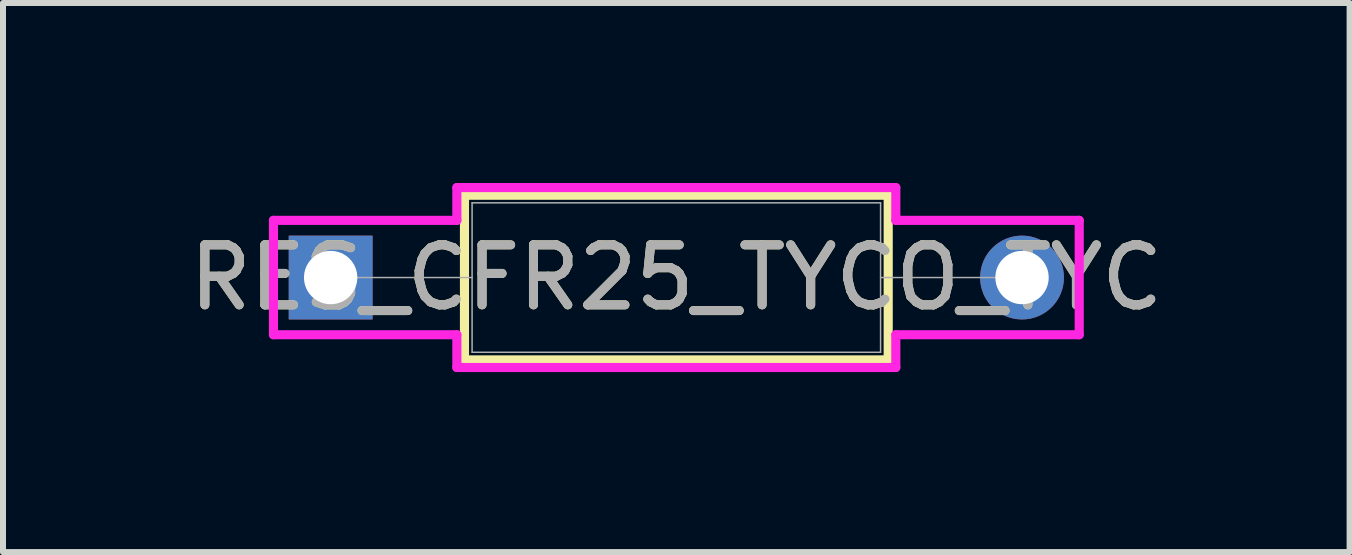
<source format=kicad_pcb>
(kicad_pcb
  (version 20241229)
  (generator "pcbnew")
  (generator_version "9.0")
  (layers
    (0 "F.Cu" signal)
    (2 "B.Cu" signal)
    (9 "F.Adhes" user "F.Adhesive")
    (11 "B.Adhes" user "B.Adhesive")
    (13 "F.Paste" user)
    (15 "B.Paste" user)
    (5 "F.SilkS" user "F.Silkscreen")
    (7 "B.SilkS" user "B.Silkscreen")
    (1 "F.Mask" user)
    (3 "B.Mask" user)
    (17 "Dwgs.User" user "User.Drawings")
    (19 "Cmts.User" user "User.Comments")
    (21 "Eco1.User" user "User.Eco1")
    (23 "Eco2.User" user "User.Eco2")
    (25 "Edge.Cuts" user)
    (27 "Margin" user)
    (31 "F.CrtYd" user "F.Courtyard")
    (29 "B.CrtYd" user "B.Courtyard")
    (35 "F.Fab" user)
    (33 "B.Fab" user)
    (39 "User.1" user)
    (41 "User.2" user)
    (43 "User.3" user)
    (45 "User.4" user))
  (footprint "RES_CFR25_TYCO_TYC"
    (layer "F.Cu")
    (at 2.46 1.575)
    (property "Reference" "RES_CFR25_TYCO_TYC" (at 5.761 0 0) (unlocked yes) (layer "F.SilkS") (effects (font (size 1 1) (thickness 0.15))))
    (attr through_hole)
    (fp_line (start 2.23 -1.372) (end 2.23 1.372) (stroke (width 0.152) (type solid)) (layer "F.SilkS"))
    (fp_line (start 2.23 1.372) (end 9.291 1.372) (stroke (width 0.152) (type solid)) (layer "F.SilkS"))
    (fp_line (start 9.291 -1.372) (end 2.23 -1.372) (stroke (width 0.152) (type solid)) (layer "F.SilkS"))
    (fp_line (start 9.291 1.372) (end 9.291 -1.372) (stroke (width 0.152) (type solid)) (layer "F.SilkS"))
    (fp_line (start -0.953 -0.953) (end 2.103 -0.953) (stroke (width 0.152) (type solid)) (layer "F.CrtYd"))
    (fp_line (start -0.953 0.953) (end -0.953 -0.953) (stroke (width 0.152) (type solid)) (layer "F.CrtYd"))
    (fp_line (start 2.103 -1.499) (end 9.418 -1.499) (stroke (width 0.152) (type solid)) (layer "F.CrtYd"))
    (fp_line (start 2.103 -0.953) (end 2.103 -1.499) (stroke (width 0.152) (type solid)) (layer "F.CrtYd"))
    (fp_line (start 2.103 0.953) (end -0.953 0.953) (stroke (width 0.152) (type solid)) (layer "F.CrtYd"))
    (fp_line (start 2.103 1.499) (end 2.103 0.953) (stroke (width 0.152) (type solid)) (layer "F.CrtYd"))
    (fp_line (start 9.418 -1.499) (end 9.418 -0.953) (stroke (width 0.152) (type solid)) (layer "F.CrtYd"))
    (fp_line (start 9.418 -0.953) (end 12.474 -0.953) (stroke (width 0.152) (type solid)) (layer "F.CrtYd"))
    (fp_line (start 9.418 0.953) (end 9.418 1.499) (stroke (width 0.152) (type solid)) (layer "F.CrtYd"))
    (fp_line (start 9.418 1.499) (end 2.103 1.499) (stroke (width 0.152) (type solid)) (layer "F.CrtYd"))
    (fp_line (start 12.474 -0.953) (end 12.474 0.953) (stroke (width 0.152) (type solid)) (layer "F.CrtYd"))
    (fp_line (start 12.474 0.953) (end 9.418 0.953) (stroke (width 0.152) (type solid)) (layer "F.CrtYd"))
    (fp_line (start 0 0) (end 2.357 0) (stroke (width 0.025) (type solid)) (layer "F.Fab"))
    (fp_line (start 2.357 -1.245) (end 2.357 1.245) (stroke (width 0.025) (type solid)) (layer "F.Fab"))
    (fp_line (start 2.357 1.245) (end 9.164 1.245) (stroke (width 0.025) (type solid)) (layer "F.Fab"))
    (fp_line (start 9.164 -1.245) (end 2.357 -1.245) (stroke (width 0.025) (type solid)) (layer "F.Fab"))
    (fp_line (start 9.164 1.245) (end 9.164 -1.245) (stroke (width 0.025) (type solid)) (layer "F.Fab"))
    (fp_line (start 11.521 0) (end 9.164 0) (stroke (width 0.025) (type solid)) (layer "F.Fab"))
    (fp_text user "${REFERENCE}" (at 5.761 0 0) (unlocked yes) (layer "F.Fab") (effects (font (size 1 1) (thickness 0.15))))
    (pad "1" thru_hole rect (at 0 0) (size 1.397 1.397) (drill 0.889) (layers "*.Cu" "*.Mask"))
    (pad "2" thru_hole circle (at 11.521 0) (size 1.397 1.397) (drill 0.889) (layers "*.Cu" "*.Mask")))
  (gr_rect
    (start -3 -3)
    (end 19.44 6.15)
    (stroke (width 0.1) (type default))
    (fill no)
    (layer "Edge.Cuts")))
</source>
